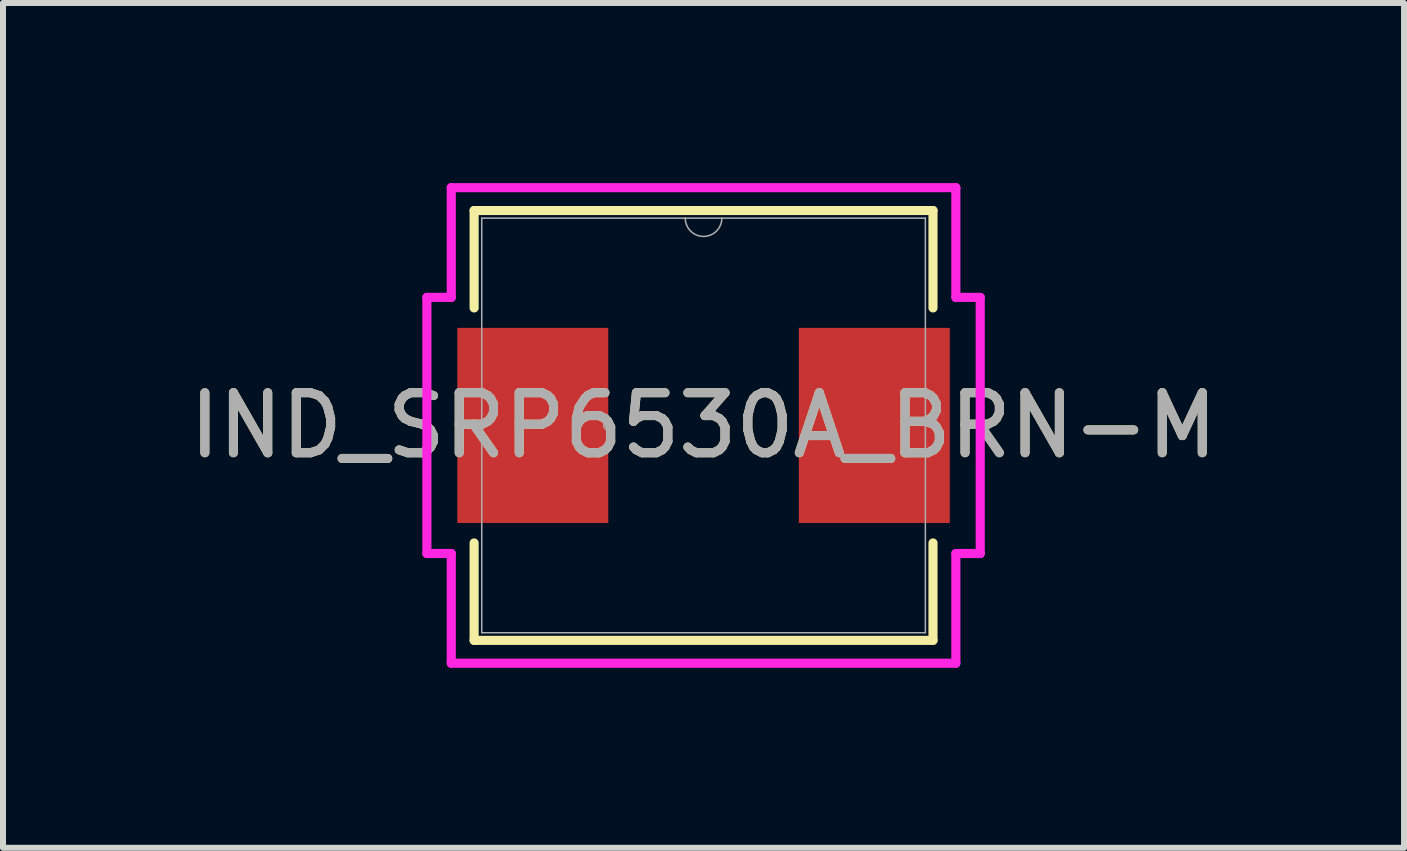
<source format=kicad_pcb>
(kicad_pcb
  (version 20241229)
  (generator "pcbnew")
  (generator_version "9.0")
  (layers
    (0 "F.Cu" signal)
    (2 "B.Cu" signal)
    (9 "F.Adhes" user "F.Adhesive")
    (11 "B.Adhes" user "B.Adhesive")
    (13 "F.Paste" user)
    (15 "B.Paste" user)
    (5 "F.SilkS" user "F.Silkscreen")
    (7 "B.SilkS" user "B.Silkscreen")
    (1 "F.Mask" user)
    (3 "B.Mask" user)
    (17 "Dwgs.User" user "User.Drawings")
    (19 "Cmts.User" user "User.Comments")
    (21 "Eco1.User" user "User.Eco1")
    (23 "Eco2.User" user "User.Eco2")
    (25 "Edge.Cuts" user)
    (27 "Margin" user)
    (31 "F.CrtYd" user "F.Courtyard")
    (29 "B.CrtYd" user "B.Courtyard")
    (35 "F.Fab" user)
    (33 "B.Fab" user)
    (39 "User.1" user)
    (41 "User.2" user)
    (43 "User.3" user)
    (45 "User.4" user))
  (footprint "IND_SRP6530A_BRN-M"
    (layer "F.Cu")
    (at 8.673 4.039)
    (property "Reference" "IND_SRP6530A_BRN-M" (at 0 0 0) (unlocked yes) (layer "F.SilkS") (effects (font (size 1 1) (thickness 0.15))))
    (attr smd)
    (fp_line (start -3.823 -3.581) (end -3.823 -1.958) (stroke (width 0.152) (type solid)) (layer "F.SilkS"))
    (fp_line (start -3.823 1.958) (end -3.823 3.581) (stroke (width 0.152) (type solid)) (layer "F.SilkS"))
    (fp_line (start -3.823 3.581) (end 3.823 3.581) (stroke (width 0.152) (type solid)) (layer "F.SilkS"))
    (fp_line (start 3.823 -3.581) (end -3.823 -3.581) (stroke (width 0.152) (type solid)) (layer "F.SilkS"))
    (fp_line (start 3.823 -1.958) (end 3.823 -3.581) (stroke (width 0.152) (type solid)) (layer "F.SilkS"))
    (fp_line (start 3.823 3.581) (end 3.823 1.958) (stroke (width 0.152) (type solid)) (layer "F.SilkS"))
    (fp_line (start -4.61 -2.134) (end -4.204 -2.134) (stroke (width 0.152) (type solid)) (layer "F.CrtYd"))
    (fp_line (start -4.61 2.134) (end -4.61 -2.134) (stroke (width 0.152) (type solid)) (layer "F.CrtYd"))
    (fp_line (start -4.61 2.134) (end -4.204 2.134) (stroke (width 0.152) (type solid)) (layer "F.CrtYd"))
    (fp_line (start -4.204 -3.962) (end 4.204 -3.962) (stroke (width 0.152) (type solid)) (layer "F.CrtYd"))
    (fp_line (start -4.204 -2.134) (end -4.204 -3.962) (stroke (width 0.152) (type solid)) (layer "F.CrtYd"))
    (fp_line (start -4.204 3.962) (end -4.204 2.134) (stroke (width 0.152) (type solid)) (layer "F.CrtYd"))
    (fp_line (start 4.204 -3.962) (end 4.204 -2.134) (stroke (width 0.152) (type solid)) (layer "F.CrtYd"))
    (fp_line (start 4.204 2.134) (end 4.204 3.962) (stroke (width 0.152) (type solid)) (layer "F.CrtYd"))
    (fp_line (start 4.204 3.962) (end -4.204 3.962) (stroke (width 0.152) (type solid)) (layer "F.CrtYd"))
    (fp_line (start 4.61 -2.134) (end 4.204 -2.134) (stroke (width 0.152) (type solid)) (layer "F.CrtYd"))
    (fp_line (start 4.61 -2.134) (end 4.61 2.134) (stroke (width 0.152) (type solid)) (layer "F.CrtYd"))
    (fp_line (start 4.61 2.134) (end 4.204 2.134) (stroke (width 0.152) (type solid)) (layer "F.CrtYd"))
    (fp_line (start -3.696 -3.454) (end -3.696 3.454) (stroke (width 0.025) (type solid)) (layer "F.Fab"))
    (fp_line (start -3.696 3.454) (end 3.696 3.454) (stroke (width 0.025) (type solid)) (layer "F.Fab"))
    (fp_line (start 3.696 -3.454) (end -3.696 -3.454) (stroke (width 0.025) (type solid)) (layer "F.Fab"))
    (fp_line (start 3.696 3.454) (end 3.696 -3.454) (stroke (width 0.025) (type solid)) (layer "F.Fab"))
    (fp_arc (start 0.3048 -3.4544) (mid 0 -3.1496) (end -0.3048 -3.4544) (stroke (width 0.0254) (type solid)) (layer "F.Fab"))
    (fp_circle (center -1.587 0) (end -1.511 0) (stroke (width 0.025) (type solid)) (fill no) (layer "F.Fab"))
    (fp_text user "${REFERENCE}" (at 0 0 0) (unlocked yes) (layer "F.Fab") (effects (font (size 1 1) (thickness 0.15))))
    (pad "1" smd rect (at -2.845 0) (size 2.515 3.251) (layers "F.Cu" "F.Mask" "F.Paste"))
    (pad "2" smd rect (at 2.845 0) (size 2.515 3.251) (layers "F.Cu" "F.Mask" "F.Paste")))
  (gr_rect
    (start -3 -3)
    (end 20.345 11.077)
    (stroke (width 0.1) (type default))
    (fill no)
    (layer "Edge.Cuts")))
</source>
